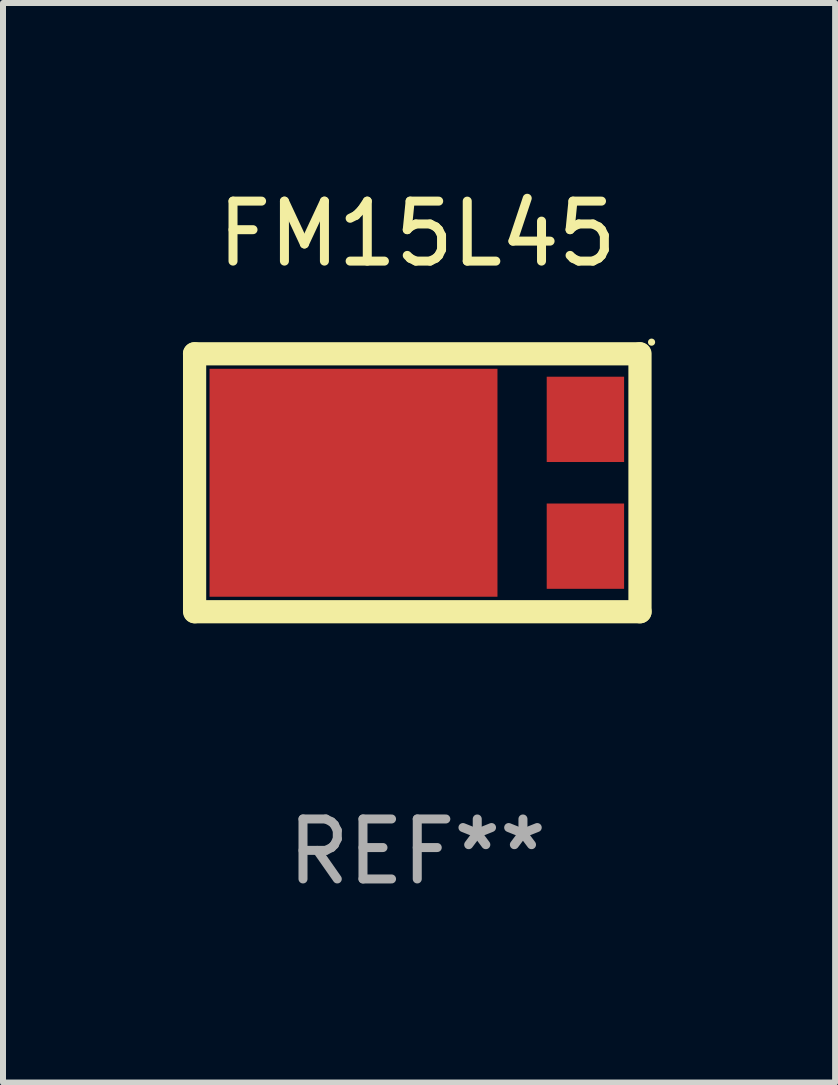
<source format=kicad_pcb>
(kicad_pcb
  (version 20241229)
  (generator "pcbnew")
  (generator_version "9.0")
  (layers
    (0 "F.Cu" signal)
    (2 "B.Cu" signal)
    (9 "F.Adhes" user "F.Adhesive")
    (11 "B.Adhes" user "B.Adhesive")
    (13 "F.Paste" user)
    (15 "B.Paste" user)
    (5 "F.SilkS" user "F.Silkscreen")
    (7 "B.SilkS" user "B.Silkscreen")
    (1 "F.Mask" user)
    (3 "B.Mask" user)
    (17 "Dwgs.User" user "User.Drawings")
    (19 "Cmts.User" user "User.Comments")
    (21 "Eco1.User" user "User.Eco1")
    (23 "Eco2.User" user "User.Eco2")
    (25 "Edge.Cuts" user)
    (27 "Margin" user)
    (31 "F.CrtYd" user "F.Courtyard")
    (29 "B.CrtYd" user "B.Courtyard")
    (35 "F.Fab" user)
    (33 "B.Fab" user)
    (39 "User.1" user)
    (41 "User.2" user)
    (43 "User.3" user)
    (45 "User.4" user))
  (footprint "FM15L45"
    (layer "F.Cu")
    (at 3.906 4.998)
    (property "Reference" "FM15L45" (at 0 -4.15 0) (layer "F.SilkS") (effects (font (size 1 1) (thickness 0.15))))
    (attr through_hole)
    (fp_line (start -3.713 -2.15) (end 3.704 -2.15) (stroke (width 0.387) (type solid)) (layer "F.SilkS"))
    (fp_line (start -3.712 -2.15) (end -3.712 2.15) (stroke (width 0.387) (type solid)) (layer "F.SilkS"))
    (fp_line (start 3.713 -2.15) (end 3.713 2.15) (stroke (width 0.387) (type solid)) (layer "F.SilkS"))
    (fp_line (start 3.713 2.15) (end -3.704 2.15) (stroke (width 0.387) (type solid)) (layer "F.SilkS"))
    (fp_circle (center 3.906 -2.344) (end 3.936 -2.344) (stroke (width 0.06) (type solid)) (fill no) (layer "F.SilkS"))
    (fp_text user "REF**" (at 0 6.15 0) (layer "F.Fab") (effects (font (size 1 1) (thickness 0.15))))
    (pad "1" smd rect (at 2.803 -1.057) (size 1.29 1.422) (layers "F.Cu" "F.Mask" "F.Paste"))
    (pad "2" smd rect (at -1.063 0 90) (size 3.8 4.8) (layers "F.Cu" "F.Mask" "F.Paste"))
    (pad "3" smd rect (at 2.803 1.057) (size 1.29 1.422) (layers "F.Cu" "F.Mask" "F.Paste")))
  (gr_rect
    (start -3 -3)
    (end 10.872 14.996)
    (stroke (width 0.1) (type default))
    (fill no)
    (layer "Edge.Cuts")))
</source>
